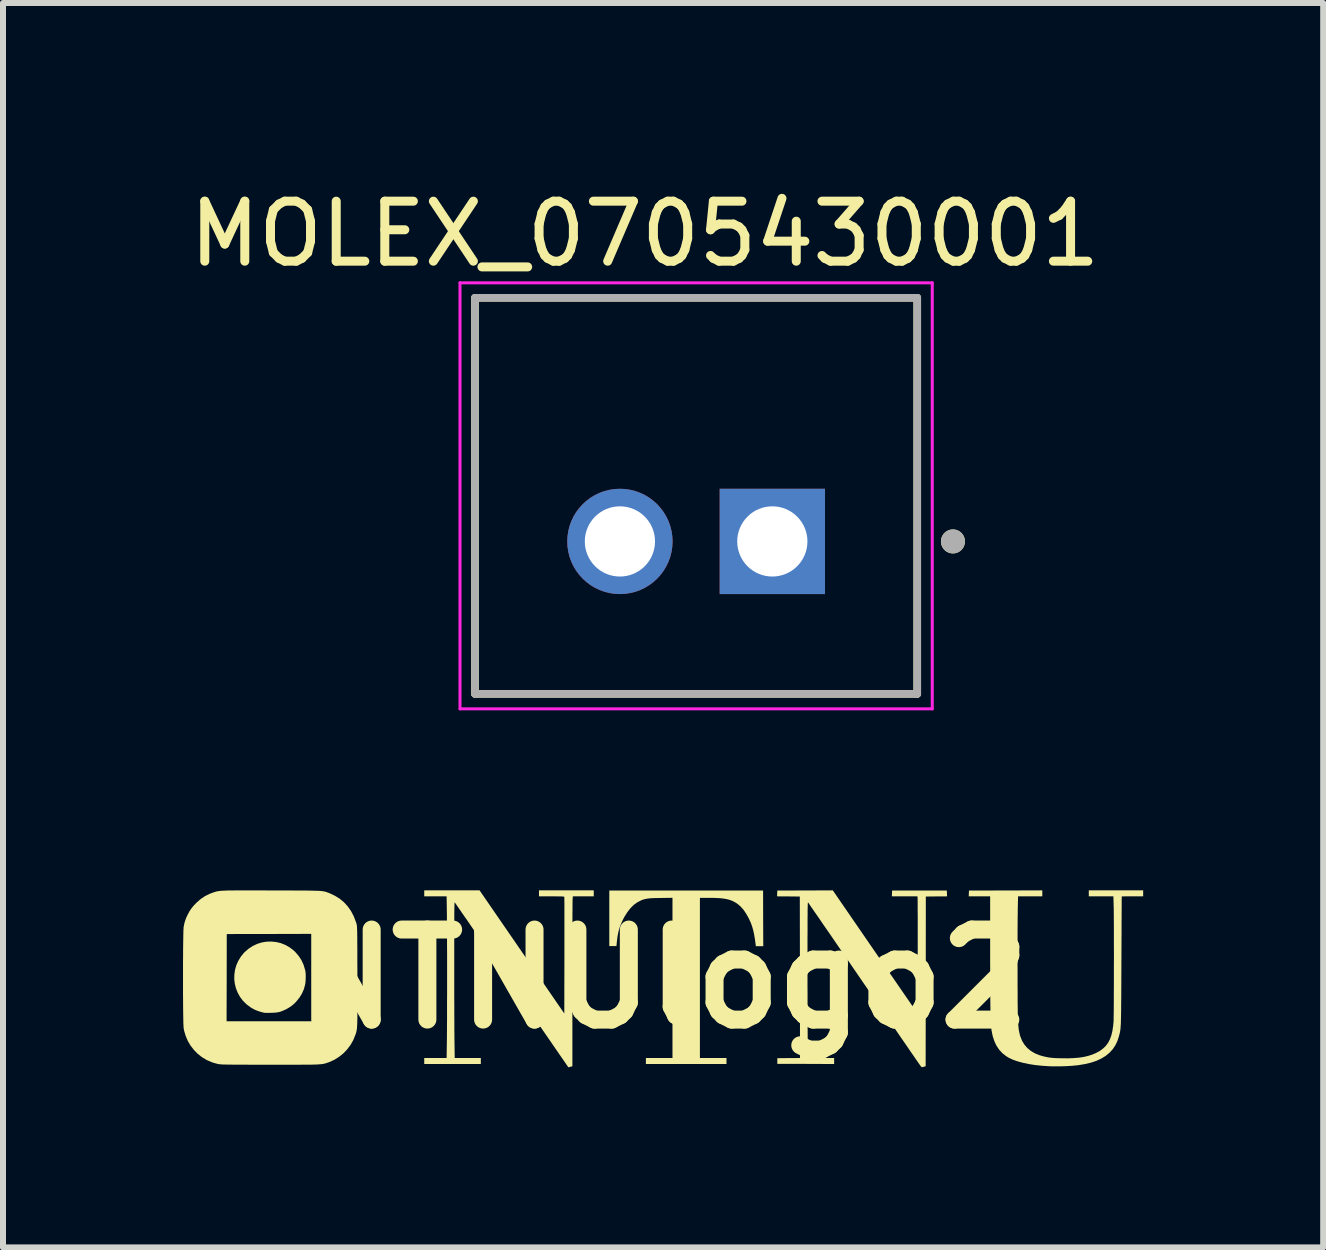
<source format=kicad_pcb>
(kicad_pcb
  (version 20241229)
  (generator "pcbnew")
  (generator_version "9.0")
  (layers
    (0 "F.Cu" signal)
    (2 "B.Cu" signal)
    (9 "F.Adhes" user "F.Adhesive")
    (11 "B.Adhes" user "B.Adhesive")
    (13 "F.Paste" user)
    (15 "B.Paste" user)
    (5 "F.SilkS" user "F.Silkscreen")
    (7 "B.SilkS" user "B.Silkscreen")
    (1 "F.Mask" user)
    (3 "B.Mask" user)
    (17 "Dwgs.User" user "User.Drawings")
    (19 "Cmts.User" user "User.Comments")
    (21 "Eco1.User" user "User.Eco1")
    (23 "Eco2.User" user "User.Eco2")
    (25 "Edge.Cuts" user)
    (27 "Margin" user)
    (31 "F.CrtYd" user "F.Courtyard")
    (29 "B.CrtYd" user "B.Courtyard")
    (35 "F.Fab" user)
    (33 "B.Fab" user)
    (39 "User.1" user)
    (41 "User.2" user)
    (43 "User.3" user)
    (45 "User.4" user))
  (footprint "MOLEX_0705430001"
    (layer "F.Cu")
    (at 8.551 5.973)
    (property "Reference" "MOLEX_0705430001" (at -0.855 -5.125 0) (layer "F.SilkS") (effects (font (size 1 1) (thickness 0.15))))
    (attr through_hole)
    (fp_line (start -3.685 -4.06) (end 3.685 -4.06) (stroke (width 0.127) (type solid)) (layer "F.SilkS"))
    (fp_line (start -3.685 2.54) (end -3.685 -4.06) (stroke (width 0.127) (type solid)) (layer "F.SilkS"))
    (fp_line (start 3.685 -4.06) (end 3.685 2.54) (stroke (width 0.127) (type solid)) (layer "F.SilkS"))
    (fp_line (start 3.685 2.54) (end -3.685 2.54) (stroke (width 0.127) (type solid)) (layer "F.SilkS"))
    (fp_circle (center 4.28 0) (end 4.38 0) (stroke (width 0.2) (type solid)) (fill no) (layer "F.SilkS"))
    (fp_line (start -3.935 -4.31) (end 3.935 -4.31) (stroke (width 0.05) (type solid)) (layer "F.CrtYd"))
    (fp_line (start -3.935 2.79) (end -3.935 -4.31) (stroke (width 0.05) (type solid)) (layer "F.CrtYd"))
    (fp_line (start 3.935 -4.31) (end 3.935 2.79) (stroke (width 0.05) (type solid)) (layer "F.CrtYd"))
    (fp_line (start 3.935 2.79) (end -3.935 2.79) (stroke (width 0.05) (type solid)) (layer "F.CrtYd"))
    (fp_line (start -3.685 -4.06) (end 3.685 -4.06) (stroke (width 0.127) (type solid)) (layer "F.Fab"))
    (fp_line (start -3.685 2.54) (end -3.685 -4.06) (stroke (width 0.127) (type solid)) (layer "F.Fab"))
    (fp_line (start 3.685 -4.06) (end 3.685 2.54) (stroke (width 0.127) (type solid)) (layer "F.Fab"))
    (fp_line (start 3.685 2.54) (end -3.685 2.54) (stroke (width 0.127) (type solid)) (layer "F.Fab"))
    (fp_circle (center 4.28 0) (end 4.38 0) (stroke (width 0.2) (type solid)) (fill no) (layer "F.Fab"))
    (pad "1" thru_hole rect (at 1.27 0) (size 1.755 1.755) (drill 1.17) (layers "*.Cu" "*.Mask"))
    (pad "2" thru_hole circle (at -1.27 0) (size 1.755 1.755) (drill 1.17) (layers "*.Cu" "*.Mask")))
  (footprint "NTNUlogo2"
    (layer "F.Cu")
    (at 8.001 13.263)
    (property "Reference" "NTNUlogo2" (at 0 0 0) (layer "F.SilkS") (effects (font (size 1.5 1.5) (thickness 0.3))))
    (attr board_only exclude_from_pos_files exclude_from_bom)
    (fp_poly (pts (xy -6.45 -0.614) (xy -6.372 -0.596) (xy -6.297 -0.566) (xy -6.226 -0.526) (xy -6.159 -0.475) (xy -6.133 -0.451) (xy -6.076 -0.385) (xy -6.028 -0.313) (xy -5.992 -0.235) (xy -5.967 -0.151) (xy -5.962 -0.13) (xy -5.958 -0.1) (xy -5.956 -0.061) (xy -5.956 -0.018) (xy -5.958 0.025) (xy -5.961 0.063) (xy -5.965 0.091) (xy -5.987 0.172) (xy -6.019 0.245) (xy -6.06 0.312) (xy -6.112 0.376) (xy -6.121 0.387) (xy -6.17 0.433) (xy -6.22 0.47) (xy -6.276 0.503) (xy -6.301 0.515) (xy -6.341 0.533) (xy -6.376 0.546) (xy -6.409 0.555) (xy -6.445 0.561) (xy -6.486 0.564) (xy -6.536 0.566) (xy -6.537 0.566) (xy -6.572 0.567) (xy -6.603 0.567) (xy -6.627 0.566) (xy -6.643 0.566) (xy -6.647 0.565) (xy -6.707 0.55) (xy -6.757 0.534) (xy -6.803 0.515) (xy -6.846 0.492) (xy -6.879 0.472) (xy -6.946 0.421) (xy -7.004 0.363) (xy -7.052 0.299) (xy -7.09 0.23) (xy -7.119 0.157) (xy -7.138 0.081) (xy -7.147 0.003) (xy -7.145 -0.075) (xy -7.134 -0.153) (xy -7.112 -0.229) (xy -7.079 -0.302) (xy -7.036 -0.372) (xy -6.983 -0.437) (xy -6.972 -0.447) (xy -6.908 -0.503) (xy -6.839 -0.548) (xy -6.765 -0.583) (xy -6.688 -0.607) (xy -6.609 -0.62) (xy -6.53 -0.622)) (stroke (width 0) (type solid)) (fill yes) (layer "F.SilkS"))
    (fp_poly (pts (xy 1.667 -1.008) (xy 1.669 -0.544) (xy 1.607 -0.544) (xy 1.545 -0.544) (xy 1.541 -0.58) (xy 1.529 -0.666) (xy 1.516 -0.743) (xy 1.501 -0.812) (xy 1.483 -0.875) (xy 1.461 -0.935) (xy 1.434 -0.994) (xy 1.427 -1.009) (xy 1.385 -1.084) (xy 1.342 -1.148) (xy 1.296 -1.201) (xy 1.247 -1.244) (xy 1.225 -1.26) (xy 1.188 -1.282) (xy 1.15 -1.301) (xy 1.109 -1.316) (xy 1.064 -1.328) (xy 1.014 -1.337) (xy 0.957 -1.344) (xy 0.891 -1.348) (xy 0.815 -1.35) (xy 0.76 -1.35) (xy 0.613 -1.35) (xy 0.613 -0.016) (xy 0.613 1.319) (xy 0.834 1.319) (xy 1.056 1.319) (xy 1.056 1.369) (xy 1.056 1.419) (xy 0.384 1.419) (xy -0.287 1.419) (xy -0.287 1.369) (xy -0.287 1.319) (xy -0.066 1.319) (xy 0.156 1.319) (xy 0.156 -0.016) (xy 0.156 -1.351) (xy -0.039 -1.348) (xy -0.102 -1.347) (xy -0.155 -1.346) (xy -0.198 -1.344) (xy -0.234 -1.341) (xy -0.265 -1.337) (xy -0.291 -1.332) (xy -0.316 -1.326) (xy -0.34 -1.319) (xy -0.365 -1.309) (xy -0.367 -1.308) (xy -0.429 -1.276) (xy -0.489 -1.233) (xy -0.545 -1.177) (xy -0.597 -1.11) (xy -0.647 -1.031) (xy -0.672 -0.982) (xy -0.703 -0.913) (xy -0.728 -0.846) (xy -0.747 -0.776) (xy -0.761 -0.7) (xy -0.77 -0.625) (xy -0.778 -0.547) (xy -0.838 -0.547) (xy -0.897 -0.547) (xy -0.897 -1.009) (xy -0.897 -1.472) (xy 0.384 -1.472) (xy 1.666 -1.472)) (stroke (width 0) (type solid)) (fill yes) (layer "F.SilkS"))
    (fp_poly (pts (xy 3.534 -0.448) (xy 4.241 0.578) (xy 4.242 -0.384) (xy 4.243 -0.493) (xy 4.243 -0.599) (xy 4.243 -0.7) (xy 4.243 -0.797) (xy 4.243 -0.889) (xy 4.243 -0.975) (xy 4.243 -1.053) (xy 4.242 -1.125) (xy 4.242 -1.188) (xy 4.242 -1.243) (xy 4.242 -1.288) (xy 4.241 -1.323) (xy 4.241 -1.347) (xy 4.241 -1.359) (xy 4.241 -1.361) (xy 4.237 -1.375) (xy 4.025 -1.375) (xy 3.812 -1.375) (xy 3.814 -1.423) (xy 3.816 -1.472) (xy 4.272 -1.472) (xy 4.728 -1.472) (xy 4.73 -1.424) (xy 4.732 -1.375) (xy 4.555 -1.374) (xy 4.378 -1.372) (xy 4.377 0.042) (xy 4.375 1.456) (xy 4.35 1.463) (xy 4.332 1.468) (xy 4.318 1.472) (xy 4.316 1.473) (xy 4.308 1.469) (xy 4.295 1.457) (xy 4.28 1.436) (xy 4.274 1.428) (xy 4.261 1.409) (xy 4.242 1.382) (xy 4.216 1.345) (xy 4.185 1.299) (xy 4.148 1.246) (xy 4.106 1.185) (xy 4.06 1.117) (xy 4.008 1.042) (xy 3.952 0.961) (xy 3.892 0.873) (xy 3.829 0.781) (xy 3.762 0.684) (xy 3.692 0.582) (xy 3.619 0.476) (xy 3.544 0.366) (xy 3.466 0.253) (xy 3.387 0.138) (xy 3.337 0.066) (xy 3.257 -0.051) (xy 3.179 -0.165) (xy 3.103 -0.276) (xy 3.029 -0.383) (xy 2.958 -0.486) (xy 2.89 -0.585) (xy 2.826 -0.679) (xy 2.765 -0.768) (xy 2.707 -0.851) (xy 2.654 -0.928) (xy 2.606 -0.999) (xy 2.562 -1.062) (xy 2.523 -1.118) (xy 2.49 -1.166) (xy 2.462 -1.206) (xy 2.441 -1.237) (xy 2.426 -1.26) (xy 2.417 -1.272) (xy 2.415 -1.275) (xy 2.414 -1.274) (xy 2.413 -1.271) (xy 2.412 -1.263) (xy 2.411 -1.251) (xy 2.41 -1.233) (xy 2.41 -1.211) (xy 2.409 -1.182) (xy 2.408 -1.146) (xy 2.408 -1.104) (xy 2.408 -1.054) (xy 2.407 -0.996) (xy 2.407 -0.93) (xy 2.407 -0.854) (xy 2.407 -0.769) (xy 2.406 -0.673) (xy 2.406 -0.567) (xy 2.406 -0.45) (xy 2.406 -0.322) (xy 2.406 -0.222) (xy 2.406 -0.103) (xy 2.406 0.015) (xy 2.406 0.131) (xy 2.407 0.244) (xy 2.407 0.355) (xy 2.407 0.461) (xy 2.407 0.562) (xy 2.408 0.657) (xy 2.408 0.745) (xy 2.408 0.826) (xy 2.409 0.898) (xy 2.409 0.961) (xy 2.41 1.014) (xy 2.41 1.056) (xy 2.41 1.08) (xy 2.415 1.319) (xy 2.632 1.319) (xy 2.85 1.319) (xy 2.85 1.369) (xy 2.85 1.419) (xy 2.377 1.417) (xy 1.903 1.416) (xy 1.903 1.369) (xy 1.903 1.322) (xy 2.092 1.32) (xy 2.281 1.319) (xy 2.28 -0.027) (xy 2.278 -1.372) (xy 2.089 -1.374) (xy 1.899 -1.375) (xy 1.901 -1.424) (xy 1.903 -1.472) (xy 2.366 -1.473) (xy 2.828 -1.475)) (stroke (width 0) (type solid)) (fill yes) (layer "F.SilkS"))
    (fp_poly (pts (xy -2.353 -0.449) (xy -1.647 0.577) (xy -1.645 -0.391) (xy -1.645 -0.5) (xy -1.645 -0.606) (xy -1.645 -0.708) (xy -1.645 -0.805) (xy -1.645 -0.896) (xy -1.645 -0.982) (xy -1.645 -1.061) (xy -1.645 -1.132) (xy -1.645 -1.195) (xy -1.645 -1.25) (xy -1.646 -1.294) (xy -1.646 -1.329) (xy -1.646 -1.353) (xy -1.646 -1.366) (xy -1.647 -1.367) (xy -1.65 -1.369) (xy -1.66 -1.371) (xy -1.677 -1.373) (xy -1.702 -1.374) (xy -1.736 -1.374) (xy -1.78 -1.375) (xy -1.835 -1.375) (xy -1.859 -1.375) (xy -2.069 -1.375) (xy -2.069 -1.425) (xy -2.069 -1.475) (xy -1.613 -1.475) (xy -1.156 -1.475) (xy -1.156 -1.425) (xy -1.156 -1.375) (xy -1.33 -1.375) (xy -1.504 -1.375) (xy -1.508 -1.327) (xy -1.509 -1.316) (xy -1.509 -1.294) (xy -1.51 -1.26) (xy -1.51 -1.215) (xy -1.51 -1.16) (xy -1.511 -1.096) (xy -1.511 -1.023) (xy -1.511 -0.941) (xy -1.511 -0.851) (xy -1.512 -0.755) (xy -1.512 -0.652) (xy -1.512 -0.542) (xy -1.512 -0.428) (xy -1.512 -0.309) (xy -1.512 -0.185) (xy -1.512 -0.058) (xy -1.512 0.072) (xy -1.512 0.088) (xy -1.512 1.456) (xy -1.545 1.465) (xy -1.563 1.471) (xy -1.575 1.474) (xy -1.578 1.475) (xy -1.582 1.47) (xy -1.592 1.455) (xy -1.609 1.431) (xy -1.632 1.397) (xy -1.661 1.355) (xy -1.696 1.305) (xy -1.736 1.247) (xy -1.781 1.181) (xy -1.831 1.109) (xy -1.885 1.03) (xy -1.943 0.946) (xy -2.006 0.855) (xy -2.072 0.759) (xy -2.141 0.659) (xy -2.213 0.554) (xy -2.288 0.445) (xy -2.365 0.333) (xy -2.445 0.217) (xy -2.522 0.105) (xy -2.603 -0.014) (xy -2.683 -0.129) (xy -2.76 -0.242) (xy -2.835 -0.351) (xy -2.907 -0.456) (xy -2.977 -0.556) (xy -3.043 -0.652) (xy -3.105 -0.743) (xy -3.164 -0.828) (xy -3.218 -0.907) (xy -3.268 -0.98) (xy -3.314 -1.045) (xy -3.354 -1.103) (xy -3.389 -1.154) (xy -3.418 -1.196) (xy -3.441 -1.23) (xy -3.458 -1.254) (xy -3.469 -1.27) (xy -3.473 -1.275) (xy -3.474 -1.274) (xy -3.475 -1.271) (xy -3.476 -1.263) (xy -3.477 -1.251) (xy -3.477 -1.234) (xy -3.478 -1.211) (xy -3.479 -1.182) (xy -3.479 -1.147) (xy -3.48 -1.104) (xy -3.48 -1.054) (xy -3.48 -0.996) (xy -3.481 -0.929) (xy -3.481 -0.854) (xy -3.481 -0.768) (xy -3.481 -0.672) (xy -3.481 -0.566) (xy -3.481 -0.448) (xy -3.481 -0.318) (xy -3.481 -0.259) (xy -3.481 -0.142) (xy -3.481 -0.025) (xy -3.481 0.091) (xy -3.481 0.205) (xy -3.481 0.316) (xy -3.48 0.423) (xy -3.48 0.525) (xy -3.48 0.621) (xy -3.479 0.711) (xy -3.479 0.793) (xy -3.479 0.867) (xy -3.478 0.931) (xy -3.478 0.985) (xy -3.477 1.028) (xy -3.477 1.042) (xy -3.473 1.319) (xy -3.255 1.319) (xy -3.038 1.319) (xy -3.038 1.369) (xy -3.038 1.419) (xy -3.509 1.419) (xy -3.981 1.419) (xy -3.981 1.369) (xy -3.981 1.319) (xy -3.795 1.319) (xy -3.608 1.319) (xy -3.604 1.046) (xy -3.603 0.994) (xy -3.603 0.931) (xy -3.602 0.857) (xy -3.602 0.775) (xy -3.601 0.684) (xy -3.601 0.586) (xy -3.601 0.482) (xy -3.601 0.374) (xy -3.6 0.261) (xy -3.6 0.146) (xy -3.6 0.029) (xy -3.6 -0.088) (xy -3.6 -0.205) (xy -3.6 -0.32) (xy -3.6 -0.432) (xy -3.601 -0.541) (xy -3.601 -0.645) (xy -3.601 -0.742) (xy -3.602 -0.833) (xy -3.602 -0.916) (xy -3.603 -0.989) (xy -3.603 -1.053) (xy -3.604 -1.105) (xy -3.604 -1.108) (xy -3.608 -1.375) (xy -3.795 -1.375) (xy -3.981 -1.375) (xy -3.981 -1.425) (xy -3.981 -1.475) (xy -3.52 -1.475) (xy -3.059 -1.475)) (stroke (width 0) (type solid)) (fill yes) (layer "F.SilkS"))
    (fp_poly (pts (xy -6.84 -1.474) (xy -6.74 -1.474) (xy -6.629 -1.474) (xy -6.519 -1.473) (xy -6.399 -1.473) (xy -6.291 -1.473) (xy -6.195 -1.473) (xy -6.109 -1.472) (xy -6.032 -1.472) (xy -5.965 -1.472) (xy -5.905 -1.471) (xy -5.854 -1.47) (xy -5.81 -1.469) (xy -5.771 -1.468) (xy -5.739 -1.467) (xy -5.711 -1.465) (xy -5.687 -1.463) (xy -5.667 -1.46) (xy -5.65 -1.457) (xy -5.635 -1.454) (xy -5.621 -1.45) (xy -5.608 -1.446) (xy -5.595 -1.441) (xy -5.581 -1.436) (xy -5.566 -1.43) (xy -5.556 -1.426) (xy -5.469 -1.385) (xy -5.389 -1.335) (xy -5.318 -1.276) (xy -5.255 -1.207) (xy -5.201 -1.13) (xy -5.156 -1.044) (xy -5.12 -0.95) (xy -5.11 -0.919) (xy -5.108 -0.912) (xy -5.107 -0.905) (xy -5.105 -0.898) (xy -5.104 -0.889) (xy -5.103 -0.878) (xy -5.101 -0.865) (xy -5.101 -0.848) (xy -5.1 -0.827) (xy -5.099 -0.802) (xy -5.098 -0.771) (xy -5.098 -0.734) (xy -5.097 -0.691) (xy -5.097 -0.64) (xy -5.097 -0.582) (xy -5.096 -0.514) (xy -5.096 -0.438) (xy -5.096 -0.351) (xy -5.096 -0.254) (xy -5.095 -0.146) (xy -5.095 -0.047) (xy -5.095 0.074) (xy -5.095 0.185) (xy -5.095 0.283) (xy -5.094 0.372) (xy -5.094 0.451) (xy -5.095 0.52) (xy -5.095 0.581) (xy -5.095 0.635) (xy -5.096 0.681) (xy -5.097 0.721) (xy -5.098 0.755) (xy -5.1 0.785) (xy -5.101 0.809) (xy -5.103 0.831) (xy -5.106 0.849) (xy -5.108 0.865) (xy -5.112 0.879) (xy -5.115 0.892) (xy -5.119 0.906) (xy -5.123 0.919) (xy -5.128 0.934) (xy -5.129 0.934) (xy -5.164 1.021) (xy -5.21 1.102) (xy -5.266 1.176) (xy -5.33 1.243) (xy -5.403 1.301) (xy -5.482 1.35) (xy -5.567 1.388) (xy -5.59 1.396) (xy -5.605 1.401) (xy -5.619 1.406) (xy -5.632 1.41) (xy -5.645 1.413) (xy -5.66 1.416) (xy -5.676 1.419) (xy -5.694 1.421) (xy -5.715 1.423) (xy -5.74 1.425) (xy -5.77 1.427) (xy -5.804 1.428) (xy -5.844 1.429) (xy -5.891 1.43) (xy -5.945 1.43) (xy -6.007 1.43) (xy -6.077 1.431) (xy -6.156 1.431) (xy -6.246 1.431) (xy -6.346 1.431) (xy -6.457 1.431) (xy -6.552 1.431) (xy -6.67 1.431) (xy -6.775 1.431) (xy -6.869 1.431) (xy -6.953 1.43) (xy -7.027 1.43) (xy -7.092 1.43) (xy -7.149 1.43) (xy -7.198 1.429) (xy -7.24 1.429) (xy -7.275 1.428) (xy -7.305 1.428) (xy -7.329 1.427) (xy -7.35 1.426) (xy -7.366 1.425) (xy -7.38 1.424) (xy -7.391 1.423) (xy -7.401 1.421) (xy -7.41 1.42) (xy -7.416 1.419) (xy -7.448 1.411) (xy -7.484 1.401) (xy -7.514 1.392) (xy -7.519 1.39) (xy -7.603 1.354) (xy -7.682 1.307) (xy -7.754 1.251) (xy -7.818 1.186) (xy -7.874 1.114) (xy -7.921 1.035) (xy -7.957 0.951) (xy -7.983 0.863) (xy -7.99 0.824) (xy -7.992 0.808) (xy -7.993 0.781) (xy -7.995 0.742) (xy -7.996 0.706) (xy -7.275 0.706) (xy -6.547 0.706) (xy -5.819 0.706) (xy -5.819 -0.022) (xy -5.819 -0.75) (xy -6.545 -0.748) (xy -7.272 -0.747) (xy -7.273 -0.02) (xy -7.275 0.706) (xy -7.996 0.706) (xy -7.996 0.694) (xy -7.997 0.638) (xy -7.998 0.574) (xy -7.999 0.503) (xy -8 0.426) (xy -8 0.344) (xy -8.001 0.259) (xy -8.001 0.171) (xy -8.001 0.08) (xy -8.001 -0.011) (xy -8.001 -0.103) (xy -8.001 -0.194) (xy -8.001 -0.283) (xy -8 -0.369) (xy -8 -0.451) (xy -7.999 -0.529) (xy -7.998 -0.601) (xy -7.997 -0.667) (xy -7.996 -0.725) (xy -7.995 -0.775) (xy -7.994 -0.815) (xy -7.992 -0.845) (xy -7.991 -0.864) (xy -7.99 -0.866) (xy -7.979 -0.924) (xy -7.964 -0.974) (xy -7.946 -1.023) (xy -7.922 -1.073) (xy -7.891 -1.13) (xy -7.858 -1.178) (xy -7.821 -1.224) (xy -7.775 -1.271) (xy -7.774 -1.272) (xy -7.707 -1.33) (xy -7.636 -1.378) (xy -7.56 -1.416) (xy -7.502 -1.438) (xy -7.486 -1.443) (xy -7.472 -1.448) (xy -7.458 -1.452) (xy -7.444 -1.456) (xy -7.429 -1.459) (xy -7.412 -1.462) (xy -7.393 -1.465) (xy -7.371 -1.467) (xy -7.346 -1.469) (xy -7.316 -1.47) (xy -7.281 -1.472) (xy -7.241 -1.473) (xy -7.194 -1.473) (xy -7.14 -1.474) (xy -7.078 -1.474) (xy -7.008 -1.474) (xy -6.929 -1.474)) (stroke (width 0) (type solid)) (fill yes) (layer "F.SilkS"))
    (fp_poly (pts (xy 6.319 -1.425) (xy 6.319 -1.375) (xy 6.117 -1.375) (xy 5.915 -1.375) (xy 5.91 -1.155) (xy 5.91 -1.108) (xy 5.909 -1.052) (xy 5.908 -0.987) (xy 5.908 -0.914) (xy 5.907 -0.835) (xy 5.907 -0.75) (xy 5.907 -0.66) (xy 5.907 -0.567) (xy 5.907 -0.47) (xy 5.906 -0.372) (xy 5.906 -0.273) (xy 5.907 -0.173) (xy 5.907 -0.075) (xy 5.907 0.021) (xy 5.907 0.115) (xy 5.908 0.205) (xy 5.908 0.29) (xy 5.908 0.369) (xy 5.909 0.441) (xy 5.91 0.506) (xy 5.91 0.563) (xy 5.911 0.609) (xy 5.912 0.646) (xy 5.912 0.67) (xy 5.913 0.672) (xy 5.917 0.742) (xy 5.922 0.802) (xy 5.928 0.853) (xy 5.937 0.898) (xy 5.947 0.94) (xy 5.953 0.96) (xy 5.982 1.032) (xy 6.021 1.096) (xy 6.069 1.152) (xy 6.127 1.2) (xy 6.194 1.24) (xy 6.271 1.272) (xy 6.322 1.287) (xy 6.363 1.297) (xy 6.402 1.305) (xy 6.441 1.312) (xy 6.483 1.316) (xy 6.53 1.32) (xy 6.585 1.322) (xy 6.638 1.323) (xy 6.746 1.324) (xy 6.843 1.32) (xy 6.93 1.313) (xy 7.01 1.301) (xy 7.082 1.284) (xy 7.149 1.263) (xy 7.211 1.237) (xy 7.222 1.231) (xy 7.282 1.198) (xy 7.334 1.159) (xy 7.378 1.116) (xy 7.415 1.066) (xy 7.445 1.009) (xy 7.469 0.944) (xy 7.487 0.869) (xy 7.5 0.785) (xy 7.506 0.719) (xy 7.507 0.702) (xy 7.508 0.674) (xy 7.508 0.635) (xy 7.509 0.586) (xy 7.51 0.528) (xy 7.51 0.462) (xy 7.511 0.389) (xy 7.511 0.31) (xy 7.511 0.225) (xy 7.512 0.135) (xy 7.512 0.042) (xy 7.512 -0.054) (xy 7.512 -0.151) (xy 7.512 -0.25) (xy 7.513 -0.349) (xy 7.513 -0.447) (xy 7.512 -0.544) (xy 7.512 -0.638) (xy 7.512 -0.729) (xy 7.512 -0.815) (xy 7.512 -0.896) (xy 7.511 -0.972) (xy 7.511 -1.04) (xy 7.51 -1.1) (xy 7.51 -1.152) (xy 7.509 -1.194) (xy 7.508 -1.224) (xy 7.504 -1.375) (xy 7.299 -1.375) (xy 7.094 -1.375) (xy 7.094 -1.425) (xy 7.094 -1.475) (xy 7.547 -1.475) (xy 8 -1.475) (xy 8 -1.425) (xy 8 -1.375) (xy 7.822 -1.375) (xy 7.776 -1.375) (xy 7.735 -1.375) (xy 7.699 -1.375) (xy 7.671 -1.374) (xy 7.652 -1.374) (xy 7.643 -1.374) (xy 7.643 -1.373) (xy 7.643 -1.367) (xy 7.643 -1.349) (xy 7.642 -1.32) (xy 7.642 -1.28) (xy 7.642 -1.23) (xy 7.642 -1.171) (xy 7.641 -1.103) (xy 7.641 -1.027) (xy 7.64 -0.944) (xy 7.64 -0.854) (xy 7.64 -0.758) (xy 7.639 -0.656) (xy 7.639 -0.55) (xy 7.638 -0.439) (xy 7.638 -0.325) (xy 7.637 -0.303) (xy 7.637 -0.164) (xy 7.636 -0.037) (xy 7.636 0.078) (xy 7.635 0.183) (xy 7.635 0.278) (xy 7.634 0.363) (xy 7.633 0.44) (xy 7.633 0.508) (xy 7.632 0.568) (xy 7.631 0.622) (xy 7.63 0.668) (xy 7.629 0.709) (xy 7.628 0.745) (xy 7.626 0.775) (xy 7.624 0.802) (xy 7.623 0.825) (xy 7.62 0.845) (xy 7.618 0.863) (xy 7.615 0.879) (xy 7.612 0.894) (xy 7.609 0.908) (xy 7.605 0.923) (xy 7.601 0.938) (xy 7.597 0.954) (xy 7.597 0.955) (xy 7.571 1.035) (xy 7.536 1.108) (xy 7.492 1.173) (xy 7.439 1.231) (xy 7.376 1.283) (xy 7.304 1.327) (xy 7.223 1.365) (xy 7.131 1.396) (xy 7.029 1.42) (xy 6.916 1.439) (xy 6.812 1.449) (xy 6.711 1.455) (xy 6.605 1.458) (xy 6.5 1.458) (xy 6.437 1.456) (xy 6.314 1.448) (xy 6.199 1.436) (xy 6.092 1.419) (xy 5.994 1.398) (xy 5.905 1.374) (xy 5.826 1.346) (xy 5.759 1.314) (xy 5.715 1.287) (xy 5.653 1.238) (xy 5.601 1.181) (xy 5.556 1.115) (xy 5.521 1.041) (xy 5.493 0.957) (xy 5.474 0.864) (xy 5.472 0.849) (xy 5.469 0.828) (xy 5.467 0.804) (xy 5.464 0.777) (xy 5.462 0.746) (xy 5.46 0.711) (xy 5.459 0.672) (xy 5.457 0.627) (xy 5.456 0.575) (xy 5.455 0.518) (xy 5.454 0.453) (xy 5.453 0.38) (xy 5.452 0.299) (xy 5.452 0.21) (xy 5.451 0.111) (xy 5.451 0.002) (xy 5.451 -0.118) (xy 5.45 -0.249) (xy 5.45 -0.391) (xy 5.45 -0.455) (xy 5.45 -1.375) (xy 5.272 -1.375) (xy 5.093 -1.375) (xy 5.095 -1.423) (xy 5.097 -1.472) (xy 5.708 -1.473) (xy 6.319 -1.475)) (stroke (width 0) (type solid)) (fill yes) (layer "F.SilkS")))
  (gr_rect
    (start -3 -3)
    (end 19.001 17.738)
    (stroke (width 0.1) (type default))
    (fill no)
    (layer "Edge.Cuts")))
</source>
